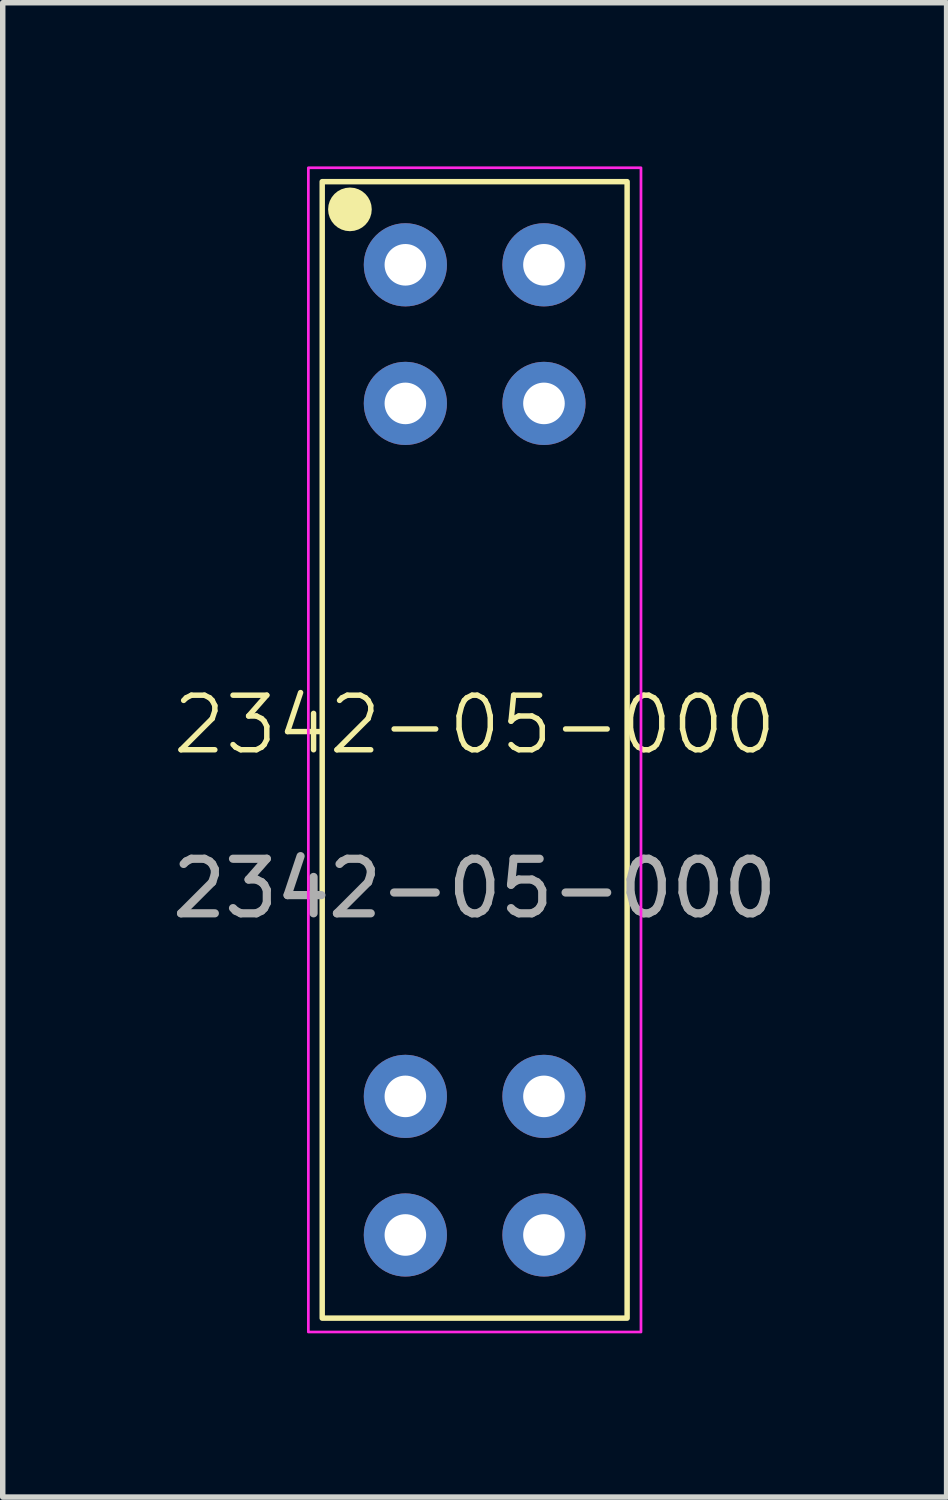
<source format=kicad_pcb>
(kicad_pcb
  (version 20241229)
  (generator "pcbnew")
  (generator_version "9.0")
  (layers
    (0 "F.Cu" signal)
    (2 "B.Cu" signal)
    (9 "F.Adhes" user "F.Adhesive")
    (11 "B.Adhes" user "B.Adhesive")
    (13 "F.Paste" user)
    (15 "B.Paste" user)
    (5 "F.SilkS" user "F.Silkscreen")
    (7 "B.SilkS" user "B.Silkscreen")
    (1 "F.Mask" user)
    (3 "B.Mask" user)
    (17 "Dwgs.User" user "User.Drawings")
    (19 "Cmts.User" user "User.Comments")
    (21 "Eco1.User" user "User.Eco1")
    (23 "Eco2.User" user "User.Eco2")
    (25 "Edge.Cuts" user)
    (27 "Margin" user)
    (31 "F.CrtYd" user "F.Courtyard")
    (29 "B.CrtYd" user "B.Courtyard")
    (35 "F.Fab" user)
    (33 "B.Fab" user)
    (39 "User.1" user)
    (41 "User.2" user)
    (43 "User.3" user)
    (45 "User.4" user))
  (footprint "2342-05-000"
    (layer "F.Cu")
    (at 5.649 10.693)
    (property "Reference" "2342-05-000" (at 0 -0.46 0) (unlocked yes) (layer "F.SilkS") (effects (font (size 1 1) (thickness 0.1))))
    (attr through_hole)
    (fp_rect (start -2.794 -10.414) (end 2.794 10.414) (stroke (width 0.1) (type default)) (fill no) (layer "F.SilkS"))
    (fp_circle (center -2.286 -9.906) (end -2.086 -9.906) (stroke (width 0.4) (type default)) (fill no) (layer "F.SilkS"))
    (fp_rect (start -3.048 -10.668) (end 3.048 10.668) (stroke (width 0.05) (type default)) (fill no) (layer "F.CrtYd"))
    (fp_text user "${REFERENCE}" (at 0 2.54 0) (unlocked yes) (layer "F.Fab") (effects (font (size 1 1) (thickness 0.15))))
    (pad "1" thru_hole circle (at -1.27 -8.89) (size 1.524 1.524) (drill 0.762) (layers "*.Cu" "*.Mask"))
    (pad "2" thru_hole circle (at -1.27 -6.35) (size 1.524 1.524) (drill 0.762) (layers "*.Cu" "*.Mask"))
    (pad "3" thru_hole circle (at -1.27 6.35) (size 1.524 1.524) (drill 0.762) (layers "*.Cu" "*.Mask"))
    (pad "4" thru_hole circle (at -1.27 8.89) (size 1.524 1.524) (drill 0.762) (layers "*.Cu" "*.Mask"))
    (pad "5" thru_hole circle (at 1.27 8.89) (size 1.524 1.524) (drill 0.762) (layers "*.Cu" "*.Mask"))
    (pad "6" thru_hole circle (at 1.27 6.35) (size 1.524 1.524) (drill 0.762) (layers "*.Cu" "*.Mask"))
    (pad "7" thru_hole circle (at 1.27 -6.35) (size 1.524 1.524) (drill 0.762) (layers "*.Cu" "*.Mask"))
    (pad "8" thru_hole circle (at 1.27 -8.89) (size 1.524 1.524) (drill 0.762) (layers "*.Cu" "*.Mask")))
  (gr_rect
    (start -3 -3)
    (end 14.298 24.386)
    (stroke (width 0.1) (type default))
    (fill no)
    (layer "Edge.Cuts")))
</source>
